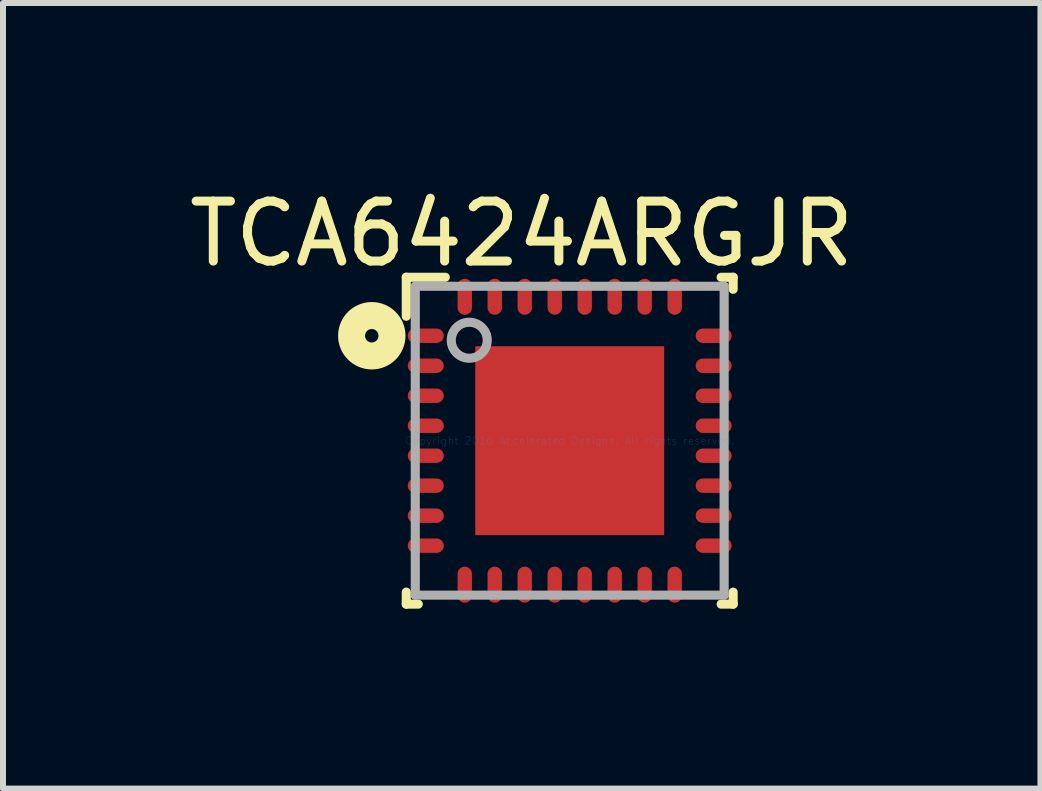
<source format=kicad_pcb>
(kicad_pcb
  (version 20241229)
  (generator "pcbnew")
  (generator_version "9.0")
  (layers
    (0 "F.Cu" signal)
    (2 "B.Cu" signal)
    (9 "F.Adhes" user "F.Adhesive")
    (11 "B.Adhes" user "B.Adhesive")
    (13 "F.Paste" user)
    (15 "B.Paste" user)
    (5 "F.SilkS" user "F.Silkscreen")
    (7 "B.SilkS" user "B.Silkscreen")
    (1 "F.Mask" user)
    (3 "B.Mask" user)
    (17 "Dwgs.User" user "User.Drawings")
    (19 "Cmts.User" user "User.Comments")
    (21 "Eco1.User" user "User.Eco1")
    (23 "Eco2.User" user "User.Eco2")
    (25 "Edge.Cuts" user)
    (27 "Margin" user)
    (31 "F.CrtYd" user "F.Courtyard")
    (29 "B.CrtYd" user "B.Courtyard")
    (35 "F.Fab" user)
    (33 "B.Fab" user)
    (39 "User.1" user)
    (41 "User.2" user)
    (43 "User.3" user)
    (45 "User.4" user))
  (footprint "TCA6424ARGJR"
    (layer "F.Cu")
    (at 6.449 4.298)
    (property "Reference" "TCA6424ARGJR" (at -0.8 -3.45 0) (layer "F.SilkS") (effects (font (size 1 1) (thickness 0.15))))
    (attr through_hole)
    (fp_line (start -2.725 -2.725) (end -2.075 -2.725) (stroke (width 0.152) (type solid)) (layer "F.SilkS"))
    (fp_line (start -2.725 -2.075) (end -2.725 -2.725) (stroke (width 0.152) (type solid)) (layer "F.SilkS"))
    (fp_line (start -2.725 2.725) (end -2.725 2.525) (stroke (width 0.152) (type solid)) (layer "F.SilkS"))
    (fp_line (start -2.725 2.725) (end -2.525 2.725) (stroke (width 0.152) (type solid)) (layer "F.SilkS"))
    (fp_line (start 2.525 -2.725) (end 2.725 -2.725) (stroke (width 0.152) (type solid)) (layer "F.SilkS"))
    (fp_line (start 2.525 2.725) (end 2.725 2.725) (stroke (width 0.152) (type solid)) (layer "F.SilkS"))
    (fp_line (start 2.725 -2.525) (end 2.725 -2.725) (stroke (width 0.152) (type solid)) (layer "F.SilkS"))
    (fp_line (start 2.725 2.725) (end 2.725 2.525) (stroke (width 0.152) (type solid)) (layer "F.SilkS"))
    (fp_circle (center -3.3 -1.75) (end -3.188 -1.75) (stroke (width 0.45) (type solid)) (fill no) (layer "F.SilkS"))
    (fp_line (start -1.468 -1.468) (end -1.468 -0.1) (stroke (width 0.152) (type solid)) (layer "F.Paste"))
    (fp_line (start -1.468 -0.1) (end -0.1 -0.1) (stroke (width 0.152) (type solid)) (layer "F.Paste"))
    (fp_line (start -1.468 0.1) (end -1.468 1.468) (stroke (width 0.152) (type solid)) (layer "F.Paste"))
    (fp_line (start -1.468 1.468) (end -0.1 1.468) (stroke (width 0.152) (type solid)) (layer "F.Paste"))
    (fp_line (start -0.1 -1.468) (end -1.468 -1.468) (stroke (width 0.152) (type solid)) (layer "F.Paste"))
    (fp_line (start -0.1 -0.1) (end -0.1 -1.468) (stroke (width 0.152) (type solid)) (layer "F.Paste"))
    (fp_line (start -0.1 0.1) (end -1.468 0.1) (stroke (width 0.152) (type solid)) (layer "F.Paste"))
    (fp_line (start -0.1 1.468) (end -0.1 0.1) (stroke (width 0.152) (type solid)) (layer "F.Paste"))
    (fp_line (start 0.1 -1.468) (end 0.1 -0.1) (stroke (width 0.152) (type solid)) (layer "F.Paste"))
    (fp_line (start 0.1 -0.1) (end 1.468 -0.1) (stroke (width 0.152) (type solid)) (layer "F.Paste"))
    (fp_line (start 0.1 0.1) (end 0.1 1.468) (stroke (width 0.152) (type solid)) (layer "F.Paste"))
    (fp_line (start 0.1 1.468) (end 1.468 1.468) (stroke (width 0.152) (type solid)) (layer "F.Paste"))
    (fp_line (start 1.468 -1.468) (end 0.1 -1.468) (stroke (width 0.152) (type solid)) (layer "F.Paste"))
    (fp_line (start 1.468 -0.1) (end 1.468 -1.468) (stroke (width 0.152) (type solid)) (layer "F.Paste"))
    (fp_line (start 1.468 0.1) (end 0.1 0.1) (stroke (width 0.152) (type solid)) (layer "F.Paste"))
    (fp_line (start 1.468 1.468) (end 1.468 0.1) (stroke (width 0.152) (type solid)) (layer "F.Paste"))
    (fp_line (start -2.575 -2.575) (end 2.575 -2.575) (stroke (width 0.152) (type solid)) (layer "F.Fab"))
    (fp_line (start -2.575 2.575) (end -2.575 -2.575) (stroke (width 0.152) (type solid)) (layer "F.Fab"))
    (fp_line (start -2.575 2.575) (end 2.575 2.575) (stroke (width 0.152) (type solid)) (layer "F.Fab"))
    (fp_line (start 2.575 2.575) (end 2.575 -2.575) (stroke (width 0.152) (type solid)) (layer "F.Fab"))
    (fp_circle (center -1.675 -1.675) (end -1.375 -1.675) (stroke (width 0.152) (type solid)) (fill no) (layer "F.Fab"))
    (fp_text user "Copyright 2016 Accelerated Designs. All rights reserved." (at 0 0 0) (layer "Cmts.User") (effects (font (size 0.127 0.127) (thickness 0.002))))
    (pad "1" smd oval (at -2.4 -1.75 90) (size 0.24 0.6) (layers "F.Cu" "F.Mask" "F.Paste"))
    (pad "2" smd oval (at -2.4 -1.25 90) (size 0.24 0.6) (layers "F.Cu" "F.Mask" "F.Paste"))
    (pad "3" smd oval (at -2.4 -0.75 90) (size 0.24 0.6) (layers "F.Cu" "F.Mask" "F.Paste"))
    (pad "4" smd oval (at -2.4 -0.25 90) (size 0.24 0.6) (layers "F.Cu" "F.Mask" "F.Paste"))
    (pad "5" smd oval (at -2.4 0.25 90) (size 0.24 0.6) (layers "F.Cu" "F.Mask" "F.Paste"))
    (pad "6" smd oval (at -2.4 0.75 90) (size 0.24 0.6) (layers "F.Cu" "F.Mask" "F.Paste"))
    (pad "7" smd oval (at -2.4 1.25 90) (size 0.24 0.6) (layers "F.Cu" "F.Mask" "F.Paste"))
    (pad "8" smd oval (at -2.4 1.75 90) (size 0.24 0.6) (layers "F.Cu" "F.Mask" "F.Paste"))
    (pad "9" smd oval (at -1.75 2.4) (size 0.24 0.6) (layers "F.Cu" "F.Mask" "F.Paste"))
    (pad "10" smd oval (at -1.25 2.4) (size 0.24 0.6) (layers "F.Cu" "F.Mask" "F.Paste"))
    (pad "11" smd oval (at -0.75 2.4) (size 0.24 0.6) (layers "F.Cu" "F.Mask" "F.Paste"))
    (pad "12" smd oval (at -0.25 2.4) (size 0.24 0.6) (layers "F.Cu" "F.Mask" "F.Paste"))
    (pad "13" smd oval (at 0.25 2.4) (size 0.24 0.6) (layers "F.Cu" "F.Mask" "F.Paste"))
    (pad "14" smd oval (at 0.75 2.4) (size 0.24 0.6) (layers "F.Cu" "F.Mask" "F.Paste"))
    (pad "15" smd oval (at 1.25 2.4) (size 0.24 0.6) (layers "F.Cu" "F.Mask" "F.Paste"))
    (pad "16" smd oval (at 1.75 2.4) (size 0.24 0.6) (layers "F.Cu" "F.Mask" "F.Paste"))
    (pad "17" smd oval (at 2.4 1.75 90) (size 0.24 0.6) (layers "F.Cu" "F.Mask" "F.Paste"))
    (pad "18" smd oval (at 2.4 1.25 90) (size 0.24 0.6) (layers "F.Cu" "F.Mask" "F.Paste"))
    (pad "19" smd oval (at 2.4 0.75 90) (size 0.24 0.6) (layers "F.Cu" "F.Mask" "F.Paste"))
    (pad "20" smd oval (at 2.4 0.25 90) (size 0.24 0.6) (layers "F.Cu" "F.Mask" "F.Paste"))
    (pad "21" smd oval (at 2.4 -0.25 90) (size 0.24 0.6) (layers "F.Cu" "F.Mask" "F.Paste"))
    (pad "22" smd oval (at 2.4 -0.75 90) (size 0.24 0.6) (layers "F.Cu" "F.Mask" "F.Paste"))
    (pad "23" smd oval (at 2.4 -1.25 90) (size 0.24 0.6) (layers "F.Cu" "F.Mask" "F.Paste"))
    (pad "24" smd oval (at 2.4 -1.75 90) (size 0.24 0.6) (layers "F.Cu" "F.Mask" "F.Paste"))
    (pad "25" smd oval (at 1.75 -2.4) (size 0.24 0.6) (layers "F.Cu" "F.Mask" "F.Paste"))
    (pad "26" smd oval (at 1.25 -2.4) (size 0.24 0.6) (layers "F.Cu" "F.Mask" "F.Paste"))
    (pad "27" smd oval (at 0.75 -2.4) (size 0.24 0.6) (layers "F.Cu" "F.Mask" "F.Paste"))
    (pad "28" smd oval (at 0.25 -2.4) (size 0.24 0.6) (layers "F.Cu" "F.Mask" "F.Paste"))
    (pad "29" smd oval (at -0.25 -2.4) (size 0.24 0.6) (layers "F.Cu" "F.Mask" "F.Paste"))
    (pad "30" smd oval (at -0.75 -2.4) (size 0.24 0.6) (layers "F.Cu" "F.Mask" "F.Paste"))
    (pad "31" smd oval (at -1.25 -2.4) (size 0.24 0.6) (layers "F.Cu" "F.Mask" "F.Paste"))
    (pad "32" smd oval (at -1.75 -2.4) (size 0.24 0.6) (layers "F.Cu" "F.Mask" "F.Paste"))
    (pad "33" smd rect (at 0 -0.000003) (size 3.15 3.15) (layers "F.Cu" "F.Mask" "F.Paste")))
  (gr_rect
    (start -3 -3)
    (end 14.298 10.099)
    (stroke (width 0.1) (type default))
    (fill no)
    (layer "Edge.Cuts")))
</source>
